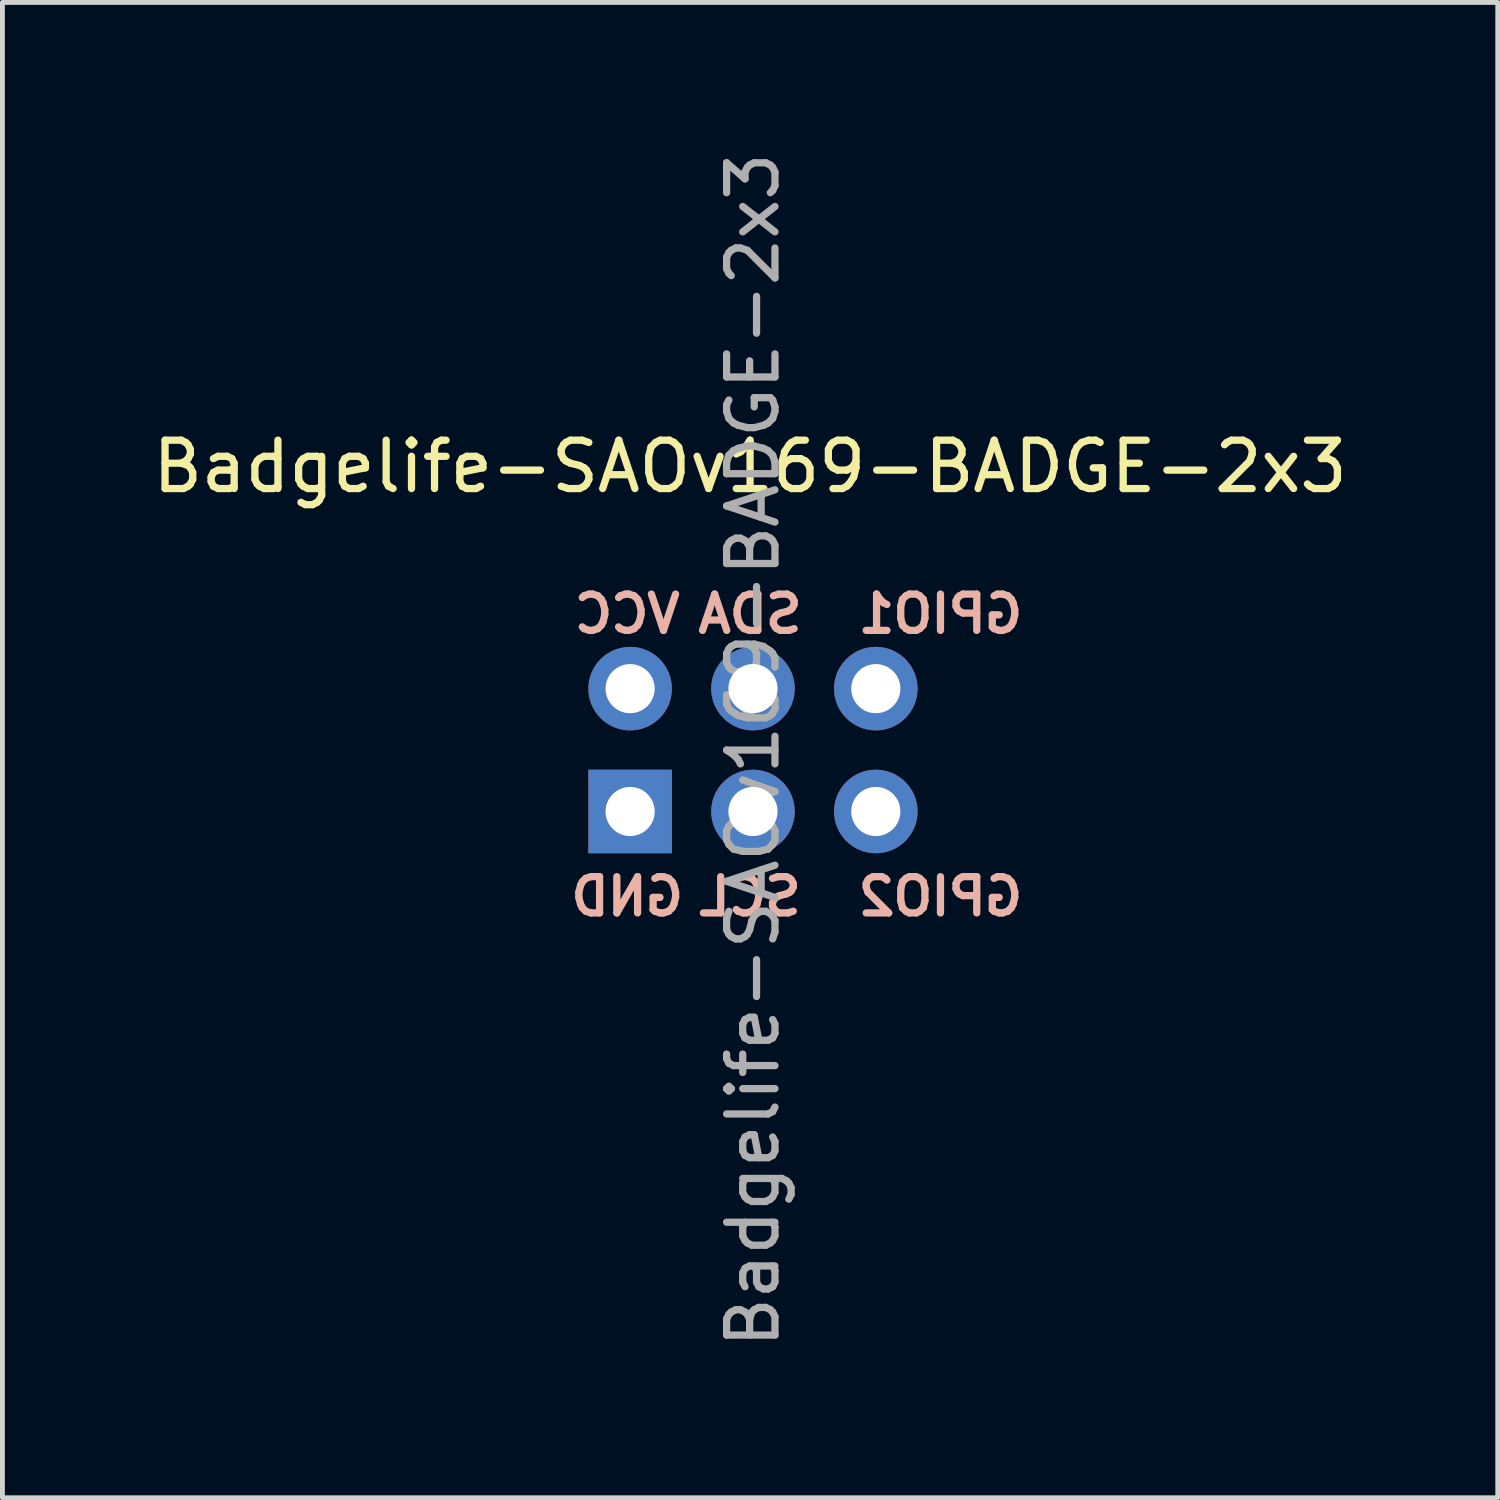
<source format=kicad_pcb>
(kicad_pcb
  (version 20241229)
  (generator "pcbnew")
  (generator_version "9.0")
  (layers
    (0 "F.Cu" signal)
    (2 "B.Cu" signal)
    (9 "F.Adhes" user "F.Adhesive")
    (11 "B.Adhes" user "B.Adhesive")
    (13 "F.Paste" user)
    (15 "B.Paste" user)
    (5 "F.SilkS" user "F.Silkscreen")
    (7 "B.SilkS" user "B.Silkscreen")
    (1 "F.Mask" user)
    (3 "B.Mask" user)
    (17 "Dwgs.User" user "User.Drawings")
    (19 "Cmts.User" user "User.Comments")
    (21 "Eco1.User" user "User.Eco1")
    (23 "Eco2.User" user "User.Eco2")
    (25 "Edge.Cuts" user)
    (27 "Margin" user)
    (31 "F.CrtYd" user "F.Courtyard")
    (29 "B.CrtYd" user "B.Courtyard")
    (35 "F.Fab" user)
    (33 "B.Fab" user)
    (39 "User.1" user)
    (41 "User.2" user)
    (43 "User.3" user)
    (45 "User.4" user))
  (footprint "Badgelife-SAOv169-BADGE-2x3"
    (layer "F.Cu")
    (at 12.458 12.438)
    (property "Reference" "Badgelife-SAOv169-BADGE-2x3" (at 0 -5.842 0) (layer "F.SilkS") (effects (font (size 1 1) (thickness 0.15))))
    (attr through_hole)
    (fp_text user "SCL" (at 0 3.048 0) (layer "B.SilkS") (effects (font (size 0.75 0.75) (thickness 0.15)) (justify mirror)))
    (fp_text user "GND" (at -2.54 3.048 0) (layer "B.SilkS") (effects (font (size 0.75 0.75) (thickness 0.15)) (justify mirror)))
    (fp_text user "GPIO2" (at 3.937 3.048 0) (layer "B.SilkS") (effects (font (size 0.75 0.75) (thickness 0.15)) (justify mirror)))
    (fp_text user "VCC" (at -2.54 -2.794 0) (layer "B.SilkS") (effects (font (size 0.75 0.75) (thickness 0.15)) (justify mirror)))
    (fp_text user "SDA" (at 0 -2.794 0) (layer "B.SilkS") (effects (font (size 0.75 0.75) (thickness 0.15)) (justify mirror)))
    (fp_text user "GPIO1" (at 3.937 -2.794 0) (layer "B.SilkS") (effects (font (size 0.75 0.75) (thickness 0.15)) (justify mirror)))
    (fp_text user "${REFERENCE}" (at 0.06 0.02 270) (layer "F.Fab") (effects (font (size 1 1) (thickness 0.15))))
    (pad "1" thru_hole oval (at -2.48 -1.25 270) (size 1.727 1.727) (drill 1.016) (layers "*.Cu" "*.Mask"))
    (pad "2" thru_hole rect (at -2.48 1.29 270) (size 1.727 1.727) (drill 1.016) (layers "*.Cu" "*.Mask"))
    (pad "3" thru_hole oval (at 0.06 -1.25 270) (size 1.727 1.727) (drill 1.016) (layers "*.Cu" "*.Mask"))
    (pad "4" thru_hole oval (at 0.06 1.29 270) (size 1.727 1.727) (drill 1.016) (layers "*.Cu" "*.Mask"))
    (pad "5" thru_hole circle (at 2.6 -1.25 270) (size 1.727 1.727) (drill 1.016) (layers "*.Cu" "*.Mask"))
    (pad "6" thru_hole circle (at 2.6 1.29 270) (size 1.727 1.727) (drill 1.016) (layers "*.Cu" "*.Mask")))
  (gr_rect
    (start -3 -3)
    (end 27.917 27.917)
    (stroke (width 0.1) (type default))
    (fill no)
    (layer "Edge.Cuts")))
</source>
